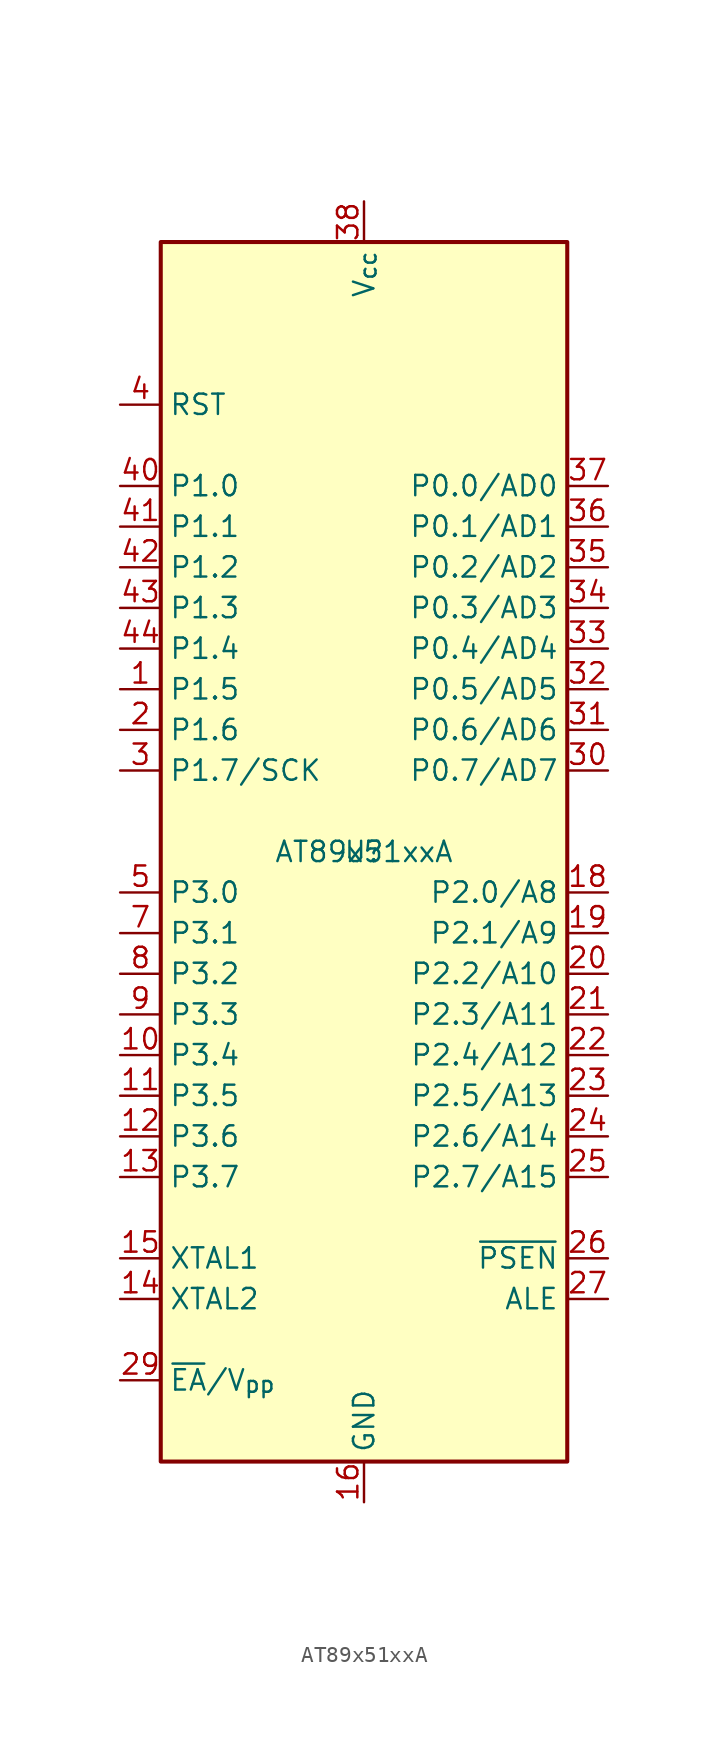
<source format=kicad_sym>
(kicad_symbol_lib
  (version 20241209)
  (generator "kicad_symbol_editor")
  (generator_version "9.0")
  (symbol "AT89x51xxA"
    (property "Reference" "U"
      (at 0 0 0)
      (effects (font (size 1.27 1.27))))
    (property "Value" "AT89x51xxA"
      (at 0 0 0)
      (effects (font (size 1.27 1.27))))
    (symbol "AT89x51xxA_1_0"
      (pin bidirectional line (at -15.24 17.78 0) (length 2.54) (name "P1.2" (effects (font (size 1.27 1.27)))) (number "42" (effects (font (size 1.27 1.27))))))
    (symbol "AT89x51xxA_1_1"
      (polyline (pts (xy -12.7 38.1) (xy 12.7 38.1) (xy 12.7 -38.1) (xy -12.7 -38.1) (xy -12.7 38.1)) (stroke (width 0.254) (type default)) (fill (type background)))
      (pin input line (at -15.24 27.94 0) (length 2.54) (name "RST" (effects (font (size 1.27 1.27)))) (number "4" (effects (font (size 1.27 1.27)))))
      (pin bidirectional line (at -15.24 22.86 0) (length 2.54) (name "P1.0" (effects (font (size 1.27 1.27)))) (number "40" (effects (font (size 1.27 1.27)))))
      (pin bidirectional line (at -15.24 20.32 0) (length 2.54) (name "P1.1" (effects (font (size 1.27 1.27)))) (number "41" (effects (font (size 1.27 1.27)))))
      (pin bidirectional line (at -15.24 15.24 0) (length 2.54) (name "P1.3" (effects (font (size 1.27 1.27)))) (number "43" (effects (font (size 1.27 1.27)))))
      (pin bidirectional line (at -15.24 12.7 0) (length 2.54) (name "P1.4" (effects (font (size 1.27 1.27)))) (number "44" (effects (font (size 1.27 1.27)))))
      (pin bidirectional line (at -15.24 10.16 0) (length 2.54) (name "P1.5" (effects (font (size 1.27 1.27)))) (number "1" (effects (font (size 1.27 1.27)))) (alternate "MOSI" output line))
      (pin bidirectional line (at -15.24 7.62 0) (length 2.54) (name "P1.6" (effects (font (size 1.27 1.27)))) (number "2" (effects (font (size 1.27 1.27)))) (alternate "MISO" input line))
      (pin bidirectional line (at -15.24 5.08 0) (length 2.54) (name "P1.7/SCK" (effects (font (size 1.27 1.27)))) (number "3" (effects (font (size 1.27 1.27)))))
      (pin bidirectional line (at -15.24 -2.54 0) (length 2.54) (name "P3.0" (effects (font (size 1.27 1.27)))) (number "5" (effects (font (size 1.27 1.27)))) (alternate "RXD" input line))
      (pin bidirectional line (at -15.24 -5.08 0) (length 2.54) (name "P3.1" (effects (font (size 1.27 1.27)))) (number "7" (effects (font (size 1.27 1.27)))) (alternate "TXD" output line))
      (pin bidirectional line (at -15.24 -7.62 0) (length 2.54) (name "P3.2" (effects (font (size 1.27 1.27)))) (number "8" (effects (font (size 1.27 1.27)))) (alternate "~{INT0}" input line))
      (pin bidirectional line (at -15.24 -10.16 0) (length 2.54) (name "P3.3" (effects (font (size 1.27 1.27)))) (number "9" (effects (font (size 1.27 1.27)))) (alternate "~{INT1}" input line))
      (pin bidirectional line (at -15.24 -12.7 0) (length 2.54) (name "P3.4" (effects (font (size 1.27 1.27)))) (number "10" (effects (font (size 1.27 1.27)))) (alternate "T0" input line))
      (pin bidirectional line (at -15.24 -15.24 0) (length 2.54) (name "P3.5" (effects (font (size 1.27 1.27)))) (number "11" (effects (font (size 1.27 1.27)))) (alternate "T1" input line))
      (pin bidirectional line (at -15.24 -17.78 0) (length 2.54) (name "P3.6" (effects (font (size 1.27 1.27)))) (number "12" (effects (font (size 1.27 1.27)))) (alternate "~{WR}" output line))
      (pin bidirectional line (at -15.24 -20.32 0) (length 2.54) (name "P3.7" (effects (font (size 1.27 1.27)))) (number "13" (effects (font (size 1.27 1.27)))) (alternate "~{RD}" input line))
      (pin input line (at -15.24 -25.4 0) (length 2.54) (name "XTAL1" (effects (font (size 1.27 1.27)))) (number "15" (effects (font (size 1.27 1.27)))))
      (pin input line (at -15.24 -27.94 0) (length 2.54) (name "XTAL2" (effects (font (size 1.27 1.27)))) (number "14" (effects (font (size 1.27 1.27)))))
      (pin input line (at -15.24 -33.02 0) (length 2.54) (name "~{EA}/V_{pp}" (effects (font (size 1.27 1.27)))) (number "29" (effects (font (size 1.27 1.27)))))
      (pin power_in line (at 0 40.64 270) (length 2.54) (name "V_{cc}" (effects (font (size 1.27 1.27)))) (number "38" (effects (font (size 1.27 1.27)))))
      (pin power_in line (at 0 -40.64 90) (length 2.54) (name "GND" (effects (font (size 1.27 1.27)))) (number "16" (effects (font (size 1.27 1.27)))))
      (pin passive line (at 0 -40.64 90) (length 2.54) (hide yes) (name "GND" (effects (font (size 1.27 1.27)))) (number "17" (effects (font (size 1.27 1.27)))))
      (pin no_connect line (at 12.7 33.02 180) (length 2.54) (hide yes) (name "NC" (effects (font (size 1.27 1.27)))) (number "6" (effects (font (size 1.27 1.27)))))
      (pin no_connect line (at 12.7 30.48 180) (length 2.54) (hide yes) (name "NC" (effects (font (size 1.27 1.27)))) (number "28" (effects (font (size 1.27 1.27)))))
      (pin no_connect line (at 12.7 27.94 180) (length 2.54) (hide yes) (name "NC" (effects (font (size 1.27 1.27)))) (number "39" (effects (font (size 1.27 1.27)))))
      (pin bidirectional line (at 15.24 22.86 180) (length 2.54) (name "P0.0/AD0" (effects (font (size 1.27 1.27)))) (number "37" (effects (font (size 1.27 1.27)))))
      (pin bidirectional line (at 15.24 20.32 180) (length 2.54) (name "P0.1/AD1" (effects (font (size 1.27 1.27)))) (number "36" (effects (font (size 1.27 1.27)))))
      (pin bidirectional line (at 15.24 17.78 180) (length 2.54) (name "P0.2/AD2" (effects (font (size 1.27 1.27)))) (number "35" (effects (font (size 1.27 1.27)))))
      (pin bidirectional line (at 15.24 15.24 180) (length 2.54) (name "P0.3/AD3" (effects (font (size 1.27 1.27)))) (number "34" (effects (font (size 1.27 1.27)))))
      (pin bidirectional line (at 15.24 12.7 180) (length 2.54) (name "P0.4/AD4" (effects (font (size 1.27 1.27)))) (number "33" (effects (font (size 1.27 1.27)))))
      (pin bidirectional line (at 15.24 10.16 180) (length 2.54) (name "P0.5/AD5" (effects (font (size 1.27 1.27)))) (number "32" (effects (font (size 1.27 1.27)))))
      (pin bidirectional line (at 15.24 7.62 180) (length 2.54) (name "P0.6/AD6" (effects (font (size 1.27 1.27)))) (number "31" (effects (font (size 1.27 1.27)))))
      (pin bidirectional line (at 15.24 5.08 180) (length 2.54) (name "P0.7/AD7" (effects (font (size 1.27 1.27)))) (number "30" (effects (font (size 1.27 1.27)))))
      (pin bidirectional line (at 15.24 -2.54 180) (length 2.54) (name "P2.0/A8" (effects (font (size 1.27 1.27)))) (number "18" (effects (font (size 1.27 1.27)))))
      (pin bidirectional line (at 15.24 -5.08 180) (length 2.54) (name "P2.1/A9" (effects (font (size 1.27 1.27)))) (number "19" (effects (font (size 1.27 1.27)))))
      (pin bidirectional line (at 15.24 -7.62 180) (length 2.54) (name "P2.2/A10" (effects (font (size 1.27 1.27)))) (number "20" (effects (font (size 1.27 1.27)))))
      (pin bidirectional line (at 15.24 -10.16 180) (length 2.54) (name "P2.3/A11" (effects (font (size 1.27 1.27)))) (number "21" (effects (font (size 1.27 1.27)))))
      (pin bidirectional line (at 15.24 -12.7 180) (length 2.54) (name "P2.4/A12" (effects (font (size 1.27 1.27)))) (number "22" (effects (font (size 1.27 1.27)))))
      (pin bidirectional line (at 15.24 -15.24 180) (length 2.54) (name "P2.5/A13" (effects (font (size 1.27 1.27)))) (number "23" (effects (font (size 1.27 1.27)))))
      (pin bidirectional line (at 15.24 -17.78 180) (length 2.54) (name "P2.6/A14" (effects (font (size 1.27 1.27)))) (number "24" (effects (font (size 1.27 1.27)))))
      (pin bidirectional line (at 15.24 -20.32 180) (length 2.54) (name "P2.7/A15" (effects (font (size 1.27 1.27)))) (number "25" (effects (font (size 1.27 1.27)))))
      (pin output line (at 15.24 -25.4 180) (length 2.54) (name "~{PSEN}" (effects (font (size 1.27 1.27)))) (number "26" (effects (font (size 1.27 1.27)))))
      (pin output line (at 15.24 -27.94 180) (length 2.54) (name "ALE" (effects (font (size 1.27 1.27)))) (number "27" (effects (font (size 1.27 1.27)))) (alternate "~{PROG}" input line)))))
</source>
